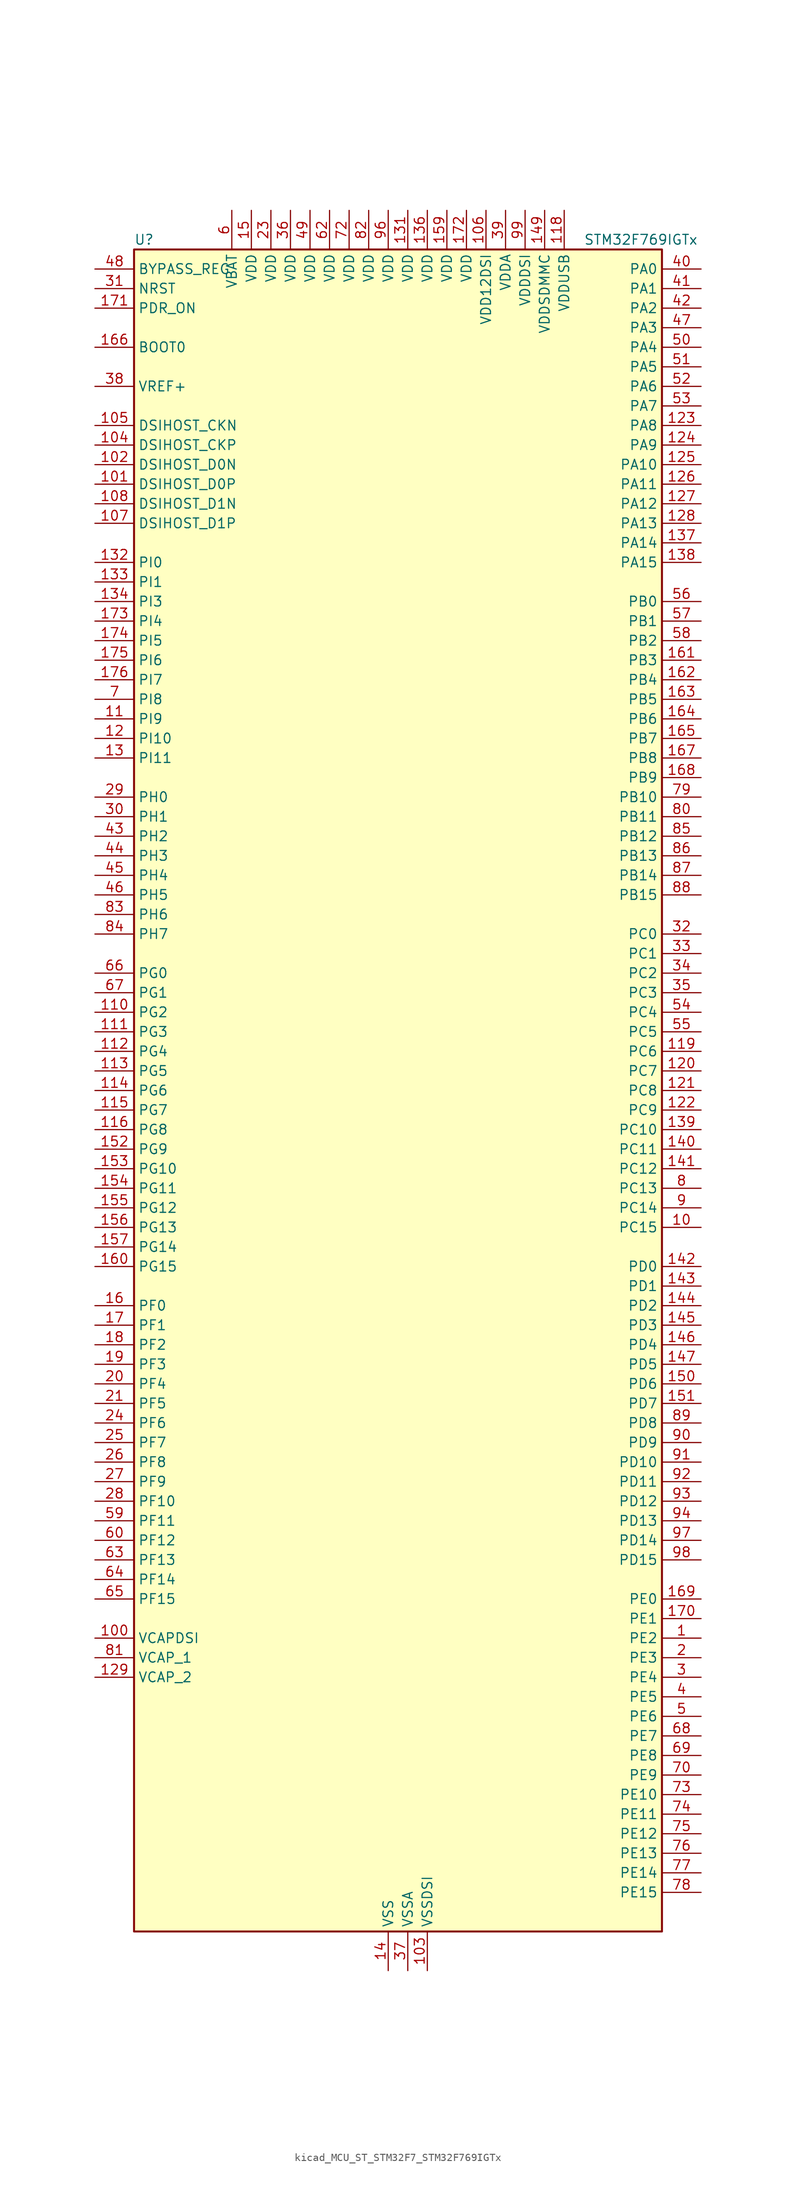
<source format=kicad_sym>
(kicad_symbol_lib
  (version 20220914)
  (generator kicad_symbol_editor)
  (symbol "kicad_MCU_ST_STM32F7_STM32F769IGTx"
    (property "Reference" "U"
      (at -33.02 110.49 0)
      (effects (font (size 1.27 1.27)) (justify left)))
    (property "Value" "STM32F769IGTx"
      (at 25.4 110.49 0)
      (effects (font (size 1.27 1.27)) (justify left)))
    (property "ki_locked" ""
      (at 0 0 0)
      (effects (font (size 1.27 1.27))))
    (symbol "kicad_MCU_ST_STM32F7_STM32F769IGTx_0_1"
      (rectangle (start -33.02 -109.22) (end 35.56 109.22) (stroke (width 0.254) (type default)) (fill (type background))))
    (symbol "kicad_MCU_ST_STM32F7_STM32F769IGTx_1_1"
      (pin bidirectional line (at 40.64 -71.12 180) (length 5.08) (name "PE2" (effects (font (size 1.27 1.27)))) (number "1" (effects (font (size 1.27 1.27)))) (alternate "ETH_TXD3" bidirectional line) (alternate "FMC_A23" bidirectional line) (alternate "QUADSPI_BK1_IO2" bidirectional line) (alternate "SAI1_MCLK_A" bidirectional line) (alternate "SPI4_SCK" bidirectional line) (alternate "SYS_TRACECLK" bidirectional line))
      (pin bidirectional line (at 40.64 -17.78 180) (length 5.08) (name "PC15" (effects (font (size 1.27 1.27)))) (number "10" (effects (font (size 1.27 1.27)))) (alternate "RCC_OSC32_OUT" bidirectional line))
      (pin power_out line (at -38.1 -71.12 0) (length 5.08) (name "VCAPDSI" (effects (font (size 1.27 1.27)))) (number "100" (effects (font (size 1.27 1.27)))))
      (pin bidirectional line (at -38.1 78.74 0) (length 5.08) (name "DSIHOST_D0P" (effects (font (size 1.27 1.27)))) (number "101" (effects (font (size 1.27 1.27)))) (alternate "DSIHOST_D0P" bidirectional line))
      (pin bidirectional line (at -38.1 81.28 0) (length 5.08) (name "DSIHOST_D0N" (effects (font (size 1.27 1.27)))) (number "102" (effects (font (size 1.27 1.27)))) (alternate "DSIHOST_D0N" bidirectional line))
      (pin power_in line (at 5.08 -114.3 90) (length 5.08) (name "VSSDSI" (effects (font (size 1.27 1.27)))) (number "103" (effects (font (size 1.27 1.27)))))
      (pin bidirectional line (at -38.1 83.82 0) (length 5.08) (name "DSIHOST_CKP" (effects (font (size 1.27 1.27)))) (number "104" (effects (font (size 1.27 1.27)))) (alternate "DSIHOST_CKP" bidirectional line))
      (pin bidirectional line (at -38.1 86.36 0) (length 5.08) (name "DSIHOST_CKN" (effects (font (size 1.27 1.27)))) (number "105" (effects (font (size 1.27 1.27)))) (alternate "DSIHOST_CKN" bidirectional line))
      (pin power_in line (at 12.7 114.3 270) (length 5.08) (name "VDD12DSI" (effects (font (size 1.27 1.27)))) (number "106" (effects (font (size 1.27 1.27)))))
      (pin bidirectional line (at -38.1 73.66 0) (length 5.08) (name "DSIHOST_D1P" (effects (font (size 1.27 1.27)))) (number "107" (effects (font (size 1.27 1.27)))) (alternate "DSIHOST_D1P" bidirectional line))
      (pin bidirectional line (at -38.1 76.2 0) (length 5.08) (name "DSIHOST_D1N" (effects (font (size 1.27 1.27)))) (number "108" (effects (font (size 1.27 1.27)))) (alternate "DSIHOST_D1N" bidirectional line))
      (pin passive line (at 5.08 -114.3 90) (length 5.08) hide (name "VSSDSI" (effects (font (size 1.27 1.27)))) (number "109" (effects (font (size 1.27 1.27)))))
      (pin bidirectional line (at -38.1 48.26 0) (length 5.08) (name "PI9" (effects (font (size 1.27 1.27)))) (number "11" (effects (font (size 1.27 1.27)))) (alternate "CAN1_RX" bidirectional line) (alternate "DAC_EXTI9" bidirectional line) (alternate "FMC_D30" bidirectional line) (alternate "LTDC_VSYNC" bidirectional line) (alternate "UART4_RX" bidirectional line))
      (pin bidirectional line (at -38.1 10.16 0) (length 5.08) (name "PG2" (effects (font (size 1.27 1.27)))) (number "110" (effects (font (size 1.27 1.27)))) (alternate "FMC_A12" bidirectional line))
      (pin bidirectional line (at -38.1 7.62 0) (length 5.08) (name "PG3" (effects (font (size 1.27 1.27)))) (number "111" (effects (font (size 1.27 1.27)))) (alternate "FMC_A13" bidirectional line))
      (pin bidirectional line (at -38.1 5.08 0) (length 5.08) (name "PG4" (effects (font (size 1.27 1.27)))) (number "112" (effects (font (size 1.27 1.27)))) (alternate "FMC_A14" bidirectional line) (alternate "FMC_BA0" bidirectional line))
      (pin bidirectional line (at -38.1 2.54 0) (length 5.08) (name "PG5" (effects (font (size 1.27 1.27)))) (number "113" (effects (font (size 1.27 1.27)))) (alternate "FMC_A15" bidirectional line) (alternate "FMC_BA1" bidirectional line))
      (pin bidirectional line (at -38.1 0 0) (length 5.08) (name "PG6" (effects (font (size 1.27 1.27)))) (number "114" (effects (font (size 1.27 1.27)))) (alternate "DCMI_D12" bidirectional line) (alternate "FMC_NE3" bidirectional line) (alternate "LTDC_R7" bidirectional line))
      (pin bidirectional line (at -38.1 -2.54 0) (length 5.08) (name "PG7" (effects (font (size 1.27 1.27)))) (number "115" (effects (font (size 1.27 1.27)))) (alternate "DCMI_D13" bidirectional line) (alternate "FMC_INT" bidirectional line) (alternate "LTDC_CLK" bidirectional line) (alternate "SAI1_MCLK_A" bidirectional line) (alternate "USART6_CK" bidirectional line))
      (pin bidirectional line (at -38.1 -5.08 0) (length 5.08) (name "PG8" (effects (font (size 1.27 1.27)))) (number "116" (effects (font (size 1.27 1.27)))) (alternate "ETH_PPS_OUT" bidirectional line) (alternate "FMC_SDCLK" bidirectional line) (alternate "LTDC_G7" bidirectional line) (alternate "SPDIFRX_IN2" bidirectional line) (alternate "SPI6_NSS" bidirectional line) (alternate "USART6_DE" bidirectional line) (alternate "USART6_RTS" bidirectional line))
      (pin passive line (at 0 -114.3 90) (length 5.08) hide (name "VSS" (effects (font (size 1.27 1.27)))) (number "117" (effects (font (size 1.27 1.27)))))
      (pin power_in line (at 22.86 114.3 270) (length 5.08) (name "VDDUSB" (effects (font (size 1.27 1.27)))) (number "118" (effects (font (size 1.27 1.27)))))
      (pin bidirectional line (at 40.64 5.08 180) (length 5.08) (name "PC6" (effects (font (size 1.27 1.27)))) (number "119" (effects (font (size 1.27 1.27)))) (alternate "DCMI_D0" bidirectional line) (alternate "DFSDM1_CKIN3" bidirectional line) (alternate "FMC_NWAIT" bidirectional line) (alternate "I2S2_MCK" bidirectional line) (alternate "LTDC_HSYNC" bidirectional line) (alternate "SDMMC1_D6" bidirectional line) (alternate "SDMMC2_D6" bidirectional line) (alternate "TIM3_CH1" bidirectional line) (alternate "TIM8_CH1" bidirectional line) (alternate "USART6_TX" bidirectional line))
      (pin bidirectional line (at -38.1 45.72 0) (length 5.08) (name "PI10" (effects (font (size 1.27 1.27)))) (number "12" (effects (font (size 1.27 1.27)))) (alternate "ETH_RX_ER" bidirectional line) (alternate "FMC_D31" bidirectional line) (alternate "LTDC_HSYNC" bidirectional line))
      (pin bidirectional line (at 40.64 2.54 180) (length 5.08) (name "PC7" (effects (font (size 1.27 1.27)))) (number "120" (effects (font (size 1.27 1.27)))) (alternate "DCMI_D1" bidirectional line) (alternate "DFSDM1_DATIN3" bidirectional line) (alternate "FMC_NE1" bidirectional line) (alternate "I2S3_MCK" bidirectional line) (alternate "LTDC_G6" bidirectional line) (alternate "SDMMC1_D7" bidirectional line) (alternate "SDMMC2_D7" bidirectional line) (alternate "TIM3_CH2" bidirectional line) (alternate "TIM8_CH2" bidirectional line) (alternate "USART6_RX" bidirectional line))
      (pin bidirectional line (at 40.64 0 180) (length 5.08) (name "PC8" (effects (font (size 1.27 1.27)))) (number "121" (effects (font (size 1.27 1.27)))) (alternate "DCMI_D2" bidirectional line) (alternate "FMC_NCE" bidirectional line) (alternate "FMC_NE2" bidirectional line) (alternate "SDMMC1_D0" bidirectional line) (alternate "SYS_TRACED1" bidirectional line) (alternate "TIM3_CH3" bidirectional line) (alternate "TIM8_CH3" bidirectional line) (alternate "UART5_DE" bidirectional line) (alternate "UART5_RTS" bidirectional line) (alternate "USART6_CK" bidirectional line))
      (pin bidirectional line (at 40.64 -2.54 180) (length 5.08) (name "PC9" (effects (font (size 1.27 1.27)))) (number "122" (effects (font (size 1.27 1.27)))) (alternate "DAC_EXTI9" bidirectional line) (alternate "DCMI_D3" bidirectional line) (alternate "I2C3_SDA" bidirectional line) (alternate "I2S_CKIN" bidirectional line) (alternate "LTDC_B2" bidirectional line) (alternate "LTDC_G3" bidirectional line) (alternate "QUADSPI_BK1_IO0" bidirectional line) (alternate "RCC_MCO_2" bidirectional line) (alternate "SDMMC1_D1" bidirectional line) (alternate "TIM3_CH4" bidirectional line) (alternate "TIM8_CH4" bidirectional line) (alternate "UART5_CTS" bidirectional line))
      (pin bidirectional line (at 40.64 86.36 180) (length 5.08) (name "PA8" (effects (font (size 1.27 1.27)))) (number "123" (effects (font (size 1.27 1.27)))) (alternate "CAN3_RX" bidirectional line) (alternate "I2C3_SCL" bidirectional line) (alternate "LTDC_B3" bidirectional line) (alternate "LTDC_R6" bidirectional line) (alternate "RCC_MCO_1" bidirectional line) (alternate "TIM1_CH1" bidirectional line) (alternate "TIM8_BKIN2" bidirectional line) (alternate "UART7_RX" bidirectional line) (alternate "USART1_CK" bidirectional line) (alternate "USB_OTG_FS_SOF" bidirectional line))
      (pin bidirectional line (at 40.64 83.82 180) (length 5.08) (name "PA9" (effects (font (size 1.27 1.27)))) (number "124" (effects (font (size 1.27 1.27)))) (alternate "DAC_EXTI9" bidirectional line) (alternate "DCMI_D0" bidirectional line) (alternate "I2C3_SMBA" bidirectional line) (alternate "I2S2_CK" bidirectional line) (alternate "LTDC_R5" bidirectional line) (alternate "SPI2_SCK" bidirectional line) (alternate "TIM1_CH2" bidirectional line) (alternate "USART1_TX" bidirectional line) (alternate "USB_OTG_FS_VBUS" bidirectional line))
      (pin bidirectional line (at 40.64 81.28 180) (length 5.08) (name "PA10" (effects (font (size 1.27 1.27)))) (number "125" (effects (font (size 1.27 1.27)))) (alternate "DCMI_D1" bidirectional line) (alternate "LTDC_B1" bidirectional line) (alternate "LTDC_B4" bidirectional line) (alternate "MDIOS_MDIO" bidirectional line) (alternate "TIM1_CH3" bidirectional line) (alternate "USART1_RX" bidirectional line) (alternate "USB_OTG_FS_ID" bidirectional line))
      (pin bidirectional line (at 40.64 78.74 180) (length 5.08) (name "PA11" (effects (font (size 1.27 1.27)))) (number "126" (effects (font (size 1.27 1.27)))) (alternate "ADC1_EXTI11" bidirectional line) (alternate "ADC2_EXTI11" bidirectional line) (alternate "ADC3_EXTI11" bidirectional line) (alternate "CAN1_RX" bidirectional line) (alternate "I2S2_WS" bidirectional line) (alternate "LTDC_R4" bidirectional line) (alternate "SPI2_NSS" bidirectional line) (alternate "TIM1_CH4" bidirectional line) (alternate "UART4_RX" bidirectional line) (alternate "USART1_CTS" bidirectional line) (alternate "USB_OTG_FS_DM" bidirectional line))
      (pin bidirectional line (at 40.64 76.2 180) (length 5.08) (name "PA12" (effects (font (size 1.27 1.27)))) (number "127" (effects (font (size 1.27 1.27)))) (alternate "CAN1_TX" bidirectional line) (alternate "I2S2_CK" bidirectional line) (alternate "LTDC_R5" bidirectional line) (alternate "SAI2_FS_B" bidirectional line) (alternate "SPI2_SCK" bidirectional line) (alternate "TIM1_ETR" bidirectional line) (alternate "UART4_TX" bidirectional line) (alternate "USART1_DE" bidirectional line) (alternate "USART1_RTS" bidirectional line) (alternate "USB_OTG_FS_DP" bidirectional line))
      (pin bidirectional line (at 40.64 73.66 180) (length 5.08) (name "PA13" (effects (font (size 1.27 1.27)))) (number "128" (effects (font (size 1.27 1.27)))) (alternate "SYS_JTMS-SWDIO" bidirectional line))
      (pin power_out line (at -38.1 -76.2 0) (length 5.08) (name "VCAP_2" (effects (font (size 1.27 1.27)))) (number "129" (effects (font (size 1.27 1.27)))))
      (pin bidirectional line (at -38.1 43.18 0) (length 5.08) (name "PI11" (effects (font (size 1.27 1.27)))) (number "13" (effects (font (size 1.27 1.27)))) (alternate "ADC1_EXTI11" bidirectional line) (alternate "ADC2_EXTI11" bidirectional line) (alternate "ADC3_EXTI11" bidirectional line) (alternate "LTDC_G6" bidirectional line) (alternate "SYS_WKUP6" bidirectional line) (alternate "USB_OTG_HS_ULPI_DIR" bidirectional line))
      (pin passive line (at 0 -114.3 90) (length 5.08) hide (name "VSS" (effects (font (size 1.27 1.27)))) (number "130" (effects (font (size 1.27 1.27)))))
      (pin power_in line (at 2.54 114.3 270) (length 5.08) (name "VDD" (effects (font (size 1.27 1.27)))) (number "131" (effects (font (size 1.27 1.27)))))
      (pin bidirectional line (at -38.1 68.58 0) (length 5.08) (name "PI0" (effects (font (size 1.27 1.27)))) (number "132" (effects (font (size 1.27 1.27)))) (alternate "DCMI_D13" bidirectional line) (alternate "FMC_D24" bidirectional line) (alternate "I2S2_WS" bidirectional line) (alternate "LTDC_G5" bidirectional line) (alternate "SPI2_NSS" bidirectional line) (alternate "TIM5_CH4" bidirectional line))
      (pin bidirectional line (at -38.1 66.04 0) (length 5.08) (name "PI1" (effects (font (size 1.27 1.27)))) (number "133" (effects (font (size 1.27 1.27)))) (alternate "DCMI_D8" bidirectional line) (alternate "FMC_D25" bidirectional line) (alternate "I2S2_CK" bidirectional line) (alternate "LTDC_G6" bidirectional line) (alternate "SPI2_SCK" bidirectional line) (alternate "TIM8_BKIN2" bidirectional line))
      (pin bidirectional line (at -38.1 63.5 0) (length 5.08) (name "PI3" (effects (font (size 1.27 1.27)))) (number "134" (effects (font (size 1.27 1.27)))) (alternate "DCMI_D10" bidirectional line) (alternate "FMC_D27" bidirectional line) (alternate "I2S2_SD" bidirectional line) (alternate "SPI2_MOSI" bidirectional line) (alternate "TIM8_ETR" bidirectional line))
      (pin passive line (at 0 -114.3 90) (length 5.08) hide (name "VSS" (effects (font (size 1.27 1.27)))) (number "135" (effects (font (size 1.27 1.27)))))
      (pin power_in line (at 5.08 114.3 270) (length 5.08) (name "VDD" (effects (font (size 1.27 1.27)))) (number "136" (effects (font (size 1.27 1.27)))))
      (pin bidirectional line (at 40.64 71.12 180) (length 5.08) (name "PA14" (effects (font (size 1.27 1.27)))) (number "137" (effects (font (size 1.27 1.27)))) (alternate "SYS_JTCK-SWCLK" bidirectional line))
      (pin bidirectional line (at 40.64 68.58 180) (length 5.08) (name "PA15" (effects (font (size 1.27 1.27)))) (number "138" (effects (font (size 1.27 1.27)))) (alternate "CAN3_TX" bidirectional line) (alternate "CEC" bidirectional line) (alternate "I2S1_WS" bidirectional line) (alternate "I2S3_WS" bidirectional line) (alternate "SPI1_NSS" bidirectional line) (alternate "SPI3_NSS" bidirectional line) (alternate "SPI6_NSS" bidirectional line) (alternate "SYS_JTDI" bidirectional line) (alternate "TIM2_CH1" bidirectional line) (alternate "TIM2_ETR" bidirectional line) (alternate "UART4_DE" bidirectional line) (alternate "UART4_RTS" bidirectional line) (alternate "UART7_TX" bidirectional line))
      (pin bidirectional line (at 40.64 -5.08 180) (length 5.08) (name "PC10" (effects (font (size 1.27 1.27)))) (number "139" (effects (font (size 1.27 1.27)))) (alternate "DCMI_D8" bidirectional line) (alternate "DFSDM1_CKIN5" bidirectional line) (alternate "I2S3_CK" bidirectional line) (alternate "LTDC_R2" bidirectional line) (alternate "QUADSPI_BK1_IO1" bidirectional line) (alternate "SDMMC1_D2" bidirectional line) (alternate "SPI3_SCK" bidirectional line) (alternate "UART4_TX" bidirectional line) (alternate "USART3_TX" bidirectional line))
      (pin power_in line (at 0 -114.3 90) (length 5.08) (name "VSS" (effects (font (size 1.27 1.27)))) (number "14" (effects (font (size 1.27 1.27)))))
      (pin bidirectional line (at 40.64 -7.62 180) (length 5.08) (name "PC11" (effects (font (size 1.27 1.27)))) (number "140" (effects (font (size 1.27 1.27)))) (alternate "ADC1_EXTI11" bidirectional line) (alternate "ADC2_EXTI11" bidirectional line) (alternate "ADC3_EXTI11" bidirectional line) (alternate "DCMI_D4" bidirectional line) (alternate "DFSDM1_DATIN5" bidirectional line) (alternate "QUADSPI_BK2_NCS" bidirectional line) (alternate "SDMMC1_D3" bidirectional line) (alternate "SPI3_MISO" bidirectional line) (alternate "UART4_RX" bidirectional line) (alternate "USART3_RX" bidirectional line))
      (pin bidirectional line (at 40.64 -10.16 180) (length 5.08) (name "PC12" (effects (font (size 1.27 1.27)))) (number "141" (effects (font (size 1.27 1.27)))) (alternate "DCMI_D9" bidirectional line) (alternate "I2S3_SD" bidirectional line) (alternate "SDMMC1_CK" bidirectional line) (alternate "SPI3_MOSI" bidirectional line) (alternate "SYS_TRACED3" bidirectional line) (alternate "UART5_TX" bidirectional line) (alternate "USART3_CK" bidirectional line))
      (pin bidirectional line (at 40.64 -22.86 180) (length 5.08) (name "PD0" (effects (font (size 1.27 1.27)))) (number "142" (effects (font (size 1.27 1.27)))) (alternate "CAN1_RX" bidirectional line) (alternate "DFSDM1_CKIN6" bidirectional line) (alternate "DFSDM1_DATIN7" bidirectional line) (alternate "FMC_D2" bidirectional line) (alternate "FMC_DA2" bidirectional line) (alternate "UART4_RX" bidirectional line))
      (pin bidirectional line (at 40.64 -25.4 180) (length 5.08) (name "PD1" (effects (font (size 1.27 1.27)))) (number "143" (effects (font (size 1.27 1.27)))) (alternate "CAN1_TX" bidirectional line) (alternate "DFSDM1_CKIN7" bidirectional line) (alternate "DFSDM1_DATIN6" bidirectional line) (alternate "FMC_D3" bidirectional line) (alternate "FMC_DA3" bidirectional line) (alternate "UART4_TX" bidirectional line))
      (pin bidirectional line (at 40.64 -27.94 180) (length 5.08) (name "PD2" (effects (font (size 1.27 1.27)))) (number "144" (effects (font (size 1.27 1.27)))) (alternate "DCMI_D11" bidirectional line) (alternate "SDMMC1_CMD" bidirectional line) (alternate "SYS_TRACED2" bidirectional line) (alternate "TIM3_ETR" bidirectional line) (alternate "UART5_RX" bidirectional line))
      (pin bidirectional line (at 40.64 -30.48 180) (length 5.08) (name "PD3" (effects (font (size 1.27 1.27)))) (number "145" (effects (font (size 1.27 1.27)))) (alternate "DCMI_D5" bidirectional line) (alternate "DFSDM1_CKOUT" bidirectional line) (alternate "DFSDM1_DATIN0" bidirectional line) (alternate "FMC_CLK" bidirectional line) (alternate "I2S2_CK" bidirectional line) (alternate "LTDC_G7" bidirectional line) (alternate "SPI2_SCK" bidirectional line) (alternate "USART2_CTS" bidirectional line))
      (pin bidirectional line (at 40.64 -33.02 180) (length 5.08) (name "PD4" (effects (font (size 1.27 1.27)))) (number "146" (effects (font (size 1.27 1.27)))) (alternate "DFSDM1_CKIN0" bidirectional line) (alternate "FMC_NOE" bidirectional line) (alternate "USART2_DE" bidirectional line) (alternate "USART2_RTS" bidirectional line))
      (pin bidirectional line (at 40.64 -35.56 180) (length 5.08) (name "PD5" (effects (font (size 1.27 1.27)))) (number "147" (effects (font (size 1.27 1.27)))) (alternate "FMC_NWE" bidirectional line) (alternate "USART2_TX" bidirectional line))
      (pin passive line (at 0 -114.3 90) (length 5.08) hide (name "VSS" (effects (font (size 1.27 1.27)))) (number "148" (effects (font (size 1.27 1.27)))))
      (pin power_in line (at 20.32 114.3 270) (length 5.08) (name "VDDSDMMC" (effects (font (size 1.27 1.27)))) (number "149" (effects (font (size 1.27 1.27)))))
      (pin power_in line (at -17.78 114.3 270) (length 5.08) (name "VDD" (effects (font (size 1.27 1.27)))) (number "15" (effects (font (size 1.27 1.27)))))
      (pin bidirectional line (at 40.64 -38.1 180) (length 5.08) (name "PD6" (effects (font (size 1.27 1.27)))) (number "150" (effects (font (size 1.27 1.27)))) (alternate "DCMI_D10" bidirectional line) (alternate "DFSDM1_CKIN4" bidirectional line) (alternate "DFSDM1_DATIN1" bidirectional line) (alternate "FMC_NWAIT" bidirectional line) (alternate "I2S3_SD" bidirectional line) (alternate "LTDC_B2" bidirectional line) (alternate "SAI1_SD_A" bidirectional line) (alternate "SDMMC2_CK" bidirectional line) (alternate "SPI3_MOSI" bidirectional line) (alternate "USART2_RX" bidirectional line))
      (pin bidirectional line (at 40.64 -40.64 180) (length 5.08) (name "PD7" (effects (font (size 1.27 1.27)))) (number "151" (effects (font (size 1.27 1.27)))) (alternate "DFSDM1_CKIN1" bidirectional line) (alternate "DFSDM1_DATIN4" bidirectional line) (alternate "FMC_NE1" bidirectional line) (alternate "I2S1_SD" bidirectional line) (alternate "SDMMC2_CMD" bidirectional line) (alternate "SPDIFRX_IN0" bidirectional line) (alternate "SPI1_MOSI" bidirectional line) (alternate "USART2_CK" bidirectional line))
      (pin bidirectional line (at -38.1 -7.62 0) (length 5.08) (name "PG9" (effects (font (size 1.27 1.27)))) (number "152" (effects (font (size 1.27 1.27)))) (alternate "DAC_EXTI9" bidirectional line) (alternate "DCMI_VSYNC" bidirectional line) (alternate "FMC_NCE" bidirectional line) (alternate "FMC_NE2" bidirectional line) (alternate "QUADSPI_BK2_IO2" bidirectional line) (alternate "SAI2_FS_B" bidirectional line) (alternate "SDMMC2_D0" bidirectional line) (alternate "SPDIFRX_IN3" bidirectional line) (alternate "SPI1_MISO" bidirectional line) (alternate "USART6_RX" bidirectional line))
      (pin bidirectional line (at -38.1 -10.16 0) (length 5.08) (name "PG10" (effects (font (size 1.27 1.27)))) (number "153" (effects (font (size 1.27 1.27)))) (alternate "DCMI_D2" bidirectional line) (alternate "FMC_NE3" bidirectional line) (alternate "I2S1_WS" bidirectional line) (alternate "LTDC_B2" bidirectional line) (alternate "LTDC_G3" bidirectional line) (alternate "SAI2_SD_B" bidirectional line) (alternate "SDMMC2_D1" bidirectional line) (alternate "SPI1_NSS" bidirectional line))
      (pin bidirectional line (at -38.1 -12.7 0) (length 5.08) (name "PG11" (effects (font (size 1.27 1.27)))) (number "154" (effects (font (size 1.27 1.27)))) (alternate "ADC1_EXTI11" bidirectional line) (alternate "ADC2_EXTI11" bidirectional line) (alternate "ADC3_EXTI11" bidirectional line) (alternate "DCMI_D3" bidirectional line) (alternate "ETH_TX_EN" bidirectional line) (alternate "I2S1_CK" bidirectional line) (alternate "LTDC_B3" bidirectional line) (alternate "SDMMC2_D2" bidirectional line) (alternate "SPDIFRX_IN0" bidirectional line) (alternate "SPI1_SCK" bidirectional line))
      (pin bidirectional line (at -38.1 -15.24 0) (length 5.08) (name "PG12" (effects (font (size 1.27 1.27)))) (number "155" (effects (font (size 1.27 1.27)))) (alternate "FMC_NE4" bidirectional line) (alternate "LPTIM1_IN1" bidirectional line) (alternate "LTDC_B1" bidirectional line) (alternate "LTDC_B4" bidirectional line) (alternate "SDMMC2_D3" bidirectional line) (alternate "SPDIFRX_IN1" bidirectional line) (alternate "SPI6_MISO" bidirectional line) (alternate "USART6_DE" bidirectional line) (alternate "USART6_RTS" bidirectional line))
      (pin bidirectional line (at -38.1 -17.78 0) (length 5.08) (name "PG13" (effects (font (size 1.27 1.27)))) (number "156" (effects (font (size 1.27 1.27)))) (alternate "ETH_TXD0" bidirectional line) (alternate "FMC_A24" bidirectional line) (alternate "LPTIM1_OUT" bidirectional line) (alternate "LTDC_R0" bidirectional line) (alternate "SPI6_SCK" bidirectional line) (alternate "SYS_TRACED0" bidirectional line) (alternate "USART6_CTS" bidirectional line))
      (pin bidirectional line (at -38.1 -20.32 0) (length 5.08) (name "PG14" (effects (font (size 1.27 1.27)))) (number "157" (effects (font (size 1.27 1.27)))) (alternate "ETH_TXD1" bidirectional line) (alternate "FMC_A25" bidirectional line) (alternate "LPTIM1_ETR" bidirectional line) (alternate "LTDC_B0" bidirectional line) (alternate "QUADSPI_BK2_IO3" bidirectional line) (alternate "SPI6_MOSI" bidirectional line) (alternate "SYS_TRACED1" bidirectional line) (alternate "USART6_TX" bidirectional line))
      (pin passive line (at 0 -114.3 90) (length 5.08) hide (name "VSS" (effects (font (size 1.27 1.27)))) (number "158" (effects (font (size 1.27 1.27)))))
      (pin power_in line (at 7.62 114.3 270) (length 5.08) (name "VDD" (effects (font (size 1.27 1.27)))) (number "159" (effects (font (size 1.27 1.27)))))
      (pin bidirectional line (at -38.1 -27.94 0) (length 5.08) (name "PF0" (effects (font (size 1.27 1.27)))) (number "16" (effects (font (size 1.27 1.27)))) (alternate "FMC_A0" bidirectional line) (alternate "I2C2_SDA" bidirectional line))
      (pin bidirectional line (at -38.1 -22.86 0) (length 5.08) (name "PG15" (effects (font (size 1.27 1.27)))) (number "160" (effects (font (size 1.27 1.27)))) (alternate "DCMI_D13" bidirectional line) (alternate "FMC_SDNCAS" bidirectional line) (alternate "USART6_CTS" bidirectional line))
      (pin bidirectional line (at 40.64 55.88 180) (length 5.08) (name "PB3" (effects (font (size 1.27 1.27)))) (number "161" (effects (font (size 1.27 1.27)))) (alternate "CAN3_RX" bidirectional line) (alternate "I2S1_CK" bidirectional line) (alternate "I2S3_CK" bidirectional line) (alternate "SDMMC2_D2" bidirectional line) (alternate "SPI1_SCK" bidirectional line) (alternate "SPI3_SCK" bidirectional line) (alternate "SPI6_SCK" bidirectional line) (alternate "SYS_JTDO-SWO" bidirectional line) (alternate "TIM2_CH2" bidirectional line) (alternate "UART7_RX" bidirectional line))
      (pin bidirectional line (at 40.64 53.34 180) (length 5.08) (name "PB4" (effects (font (size 1.27 1.27)))) (number "162" (effects (font (size 1.27 1.27)))) (alternate "CAN3_TX" bidirectional line) (alternate "I2S2_WS" bidirectional line) (alternate "SDMMC2_D3" bidirectional line) (alternate "SPI1_MISO" bidirectional line) (alternate "SPI2_NSS" bidirectional line) (alternate "SPI3_MISO" bidirectional line) (alternate "SPI6_MISO" bidirectional line) (alternate "SYS_JTRST" bidirectional line) (alternate "TIM3_CH1" bidirectional line) (alternate "UART7_TX" bidirectional line))
      (pin bidirectional line (at 40.64 50.8 180) (length 5.08) (name "PB5" (effects (font (size 1.27 1.27)))) (number "163" (effects (font (size 1.27 1.27)))) (alternate "CAN2_RX" bidirectional line) (alternate "DCMI_D10" bidirectional line) (alternate "ETH_PPS_OUT" bidirectional line) (alternate "FMC_SDCKE1" bidirectional line) (alternate "I2C1_SMBA" bidirectional line) (alternate "I2S1_SD" bidirectional line) (alternate "I2S3_SD" bidirectional line) (alternate "LTDC_G7" bidirectional line) (alternate "SPI1_MOSI" bidirectional line) (alternate "SPI3_MOSI" bidirectional line) (alternate "SPI6_MOSI" bidirectional line) (alternate "TIM3_CH2" bidirectional line) (alternate "UART5_RX" bidirectional line) (alternate "USB_OTG_HS_ULPI_D7" bidirectional line))
      (pin bidirectional line (at 40.64 48.26 180) (length 5.08) (name "PB6" (effects (font (size 1.27 1.27)))) (number "164" (effects (font (size 1.27 1.27)))) (alternate "CAN2_TX" bidirectional line) (alternate "CEC" bidirectional line) (alternate "DCMI_D5" bidirectional line) (alternate "DFSDM1_DATIN5" bidirectional line) (alternate "FMC_SDNE1" bidirectional line) (alternate "I2C1_SCL" bidirectional line) (alternate "I2C4_SCL" bidirectional line) (alternate "QUADSPI_BK1_NCS" bidirectional line) (alternate "TIM4_CH1" bidirectional line) (alternate "UART5_TX" bidirectional line) (alternate "USART1_TX" bidirectional line))
      (pin bidirectional line (at 40.64 45.72 180) (length 5.08) (name "PB7" (effects (font (size 1.27 1.27)))) (number "165" (effects (font (size 1.27 1.27)))) (alternate "DCMI_VSYNC" bidirectional line) (alternate "DFSDM1_CKIN5" bidirectional line) (alternate "FMC_NL" bidirectional line) (alternate "I2C1_SDA" bidirectional line) (alternate "I2C4_SDA" bidirectional line) (alternate "TIM4_CH2" bidirectional line) (alternate "USART1_RX" bidirectional line))
      (pin input line (at -38.1 96.52 0) (length 5.08) (name "BOOT0" (effects (font (size 1.27 1.27)))) (number "166" (effects (font (size 1.27 1.27)))))
      (pin bidirectional line (at 40.64 43.18 180) (length 5.08) (name "PB8" (effects (font (size 1.27 1.27)))) (number "167" (effects (font (size 1.27 1.27)))) (alternate "CAN1_RX" bidirectional line) (alternate "DCMI_D6" bidirectional line) (alternate "DFSDM1_CKIN7" bidirectional line) (alternate "ETH_TXD3" bidirectional line) (alternate "I2C1_SCL" bidirectional line) (alternate "I2C4_SCL" bidirectional line) (alternate "LTDC_B6" bidirectional line) (alternate "SDMMC1_D4" bidirectional line) (alternate "SDMMC2_D4" bidirectional line) (alternate "TIM10_CH1" bidirectional line) (alternate "TIM4_CH3" bidirectional line) (alternate "UART5_RX" bidirectional line))
      (pin bidirectional line (at 40.64 40.64 180) (length 5.08) (name "PB9" (effects (font (size 1.27 1.27)))) (number "168" (effects (font (size 1.27 1.27)))) (alternate "CAN1_TX" bidirectional line) (alternate "DAC_EXTI9" bidirectional line) (alternate "DCMI_D7" bidirectional line) (alternate "DFSDM1_DATIN7" bidirectional line) (alternate "I2C1_SDA" bidirectional line) (alternate "I2C4_SDA" bidirectional line) (alternate "I2C4_SMBA" bidirectional line) (alternate "I2S2_WS" bidirectional line) (alternate "LTDC_B7" bidirectional line) (alternate "SDMMC1_D5" bidirectional line) (alternate "SDMMC2_D5" bidirectional line) (alternate "SPI2_NSS" bidirectional line) (alternate "TIM11_CH1" bidirectional line) (alternate "TIM4_CH4" bidirectional line) (alternate "UART5_TX" bidirectional line))
      (pin bidirectional line (at 40.64 -66.04 180) (length 5.08) (name "PE0" (effects (font (size 1.27 1.27)))) (number "169" (effects (font (size 1.27 1.27)))) (alternate "DCMI_D2" bidirectional line) (alternate "FMC_NBL0" bidirectional line) (alternate "LPTIM1_ETR" bidirectional line) (alternate "SAI2_MCLK_A" bidirectional line) (alternate "TIM4_ETR" bidirectional line) (alternate "UART8_RX" bidirectional line))
      (pin bidirectional line (at -38.1 -30.48 0) (length 5.08) (name "PF1" (effects (font (size 1.27 1.27)))) (number "17" (effects (font (size 1.27 1.27)))) (alternate "FMC_A1" bidirectional line) (alternate "I2C2_SCL" bidirectional line))
      (pin bidirectional line (at 40.64 -68.58 180) (length 5.08) (name "PE1" (effects (font (size 1.27 1.27)))) (number "170" (effects (font (size 1.27 1.27)))) (alternate "DCMI_D3" bidirectional line) (alternate "FMC_NBL1" bidirectional line) (alternate "LPTIM1_IN2" bidirectional line) (alternate "UART8_TX" bidirectional line))
      (pin input line (at -38.1 101.6 0) (length 5.08) (name "PDR_ON" (effects (font (size 1.27 1.27)))) (number "171" (effects (font (size 1.27 1.27)))))
      (pin power_in line (at 10.16 114.3 270) (length 5.08) (name "VDD" (effects (font (size 1.27 1.27)))) (number "172" (effects (font (size 1.27 1.27)))))
      (pin bidirectional line (at -38.1 60.96 0) (length 5.08) (name "PI4" (effects (font (size 1.27 1.27)))) (number "173" (effects (font (size 1.27 1.27)))) (alternate "DCMI_D5" bidirectional line) (alternate "FMC_NBL2" bidirectional line) (alternate "LTDC_B4" bidirectional line) (alternate "SAI2_MCLK_A" bidirectional line) (alternate "TIM8_BKIN" bidirectional line))
      (pin bidirectional line (at -38.1 58.42 0) (length 5.08) (name "PI5" (effects (font (size 1.27 1.27)))) (number "174" (effects (font (size 1.27 1.27)))) (alternate "DCMI_VSYNC" bidirectional line) (alternate "FMC_NBL3" bidirectional line) (alternate "LTDC_B5" bidirectional line) (alternate "SAI2_SCK_A" bidirectional line) (alternate "TIM8_CH1" bidirectional line))
      (pin bidirectional line (at -38.1 55.88 0) (length 5.08) (name "PI6" (effects (font (size 1.27 1.27)))) (number "175" (effects (font (size 1.27 1.27)))) (alternate "DCMI_D6" bidirectional line) (alternate "FMC_D28" bidirectional line) (alternate "LTDC_B6" bidirectional line) (alternate "SAI2_SD_A" bidirectional line) (alternate "TIM8_CH2" bidirectional line))
      (pin bidirectional line (at -38.1 53.34 0) (length 5.08) (name "PI7" (effects (font (size 1.27 1.27)))) (number "176" (effects (font (size 1.27 1.27)))) (alternate "DCMI_D7" bidirectional line) (alternate "FMC_D29" bidirectional line) (alternate "LTDC_B7" bidirectional line) (alternate "SAI2_FS_A" bidirectional line) (alternate "TIM8_CH3" bidirectional line))
      (pin bidirectional line (at -38.1 -33.02 0) (length 5.08) (name "PF2" (effects (font (size 1.27 1.27)))) (number "18" (effects (font (size 1.27 1.27)))) (alternate "FMC_A2" bidirectional line) (alternate "I2C2_SMBA" bidirectional line))
      (pin bidirectional line (at -38.1 -35.56 0) (length 5.08) (name "PF3" (effects (font (size 1.27 1.27)))) (number "19" (effects (font (size 1.27 1.27)))) (alternate "ADC3_IN9" bidirectional line) (alternate "FMC_A3" bidirectional line))
      (pin bidirectional line (at 40.64 -73.66 180) (length 5.08) (name "PE3" (effects (font (size 1.27 1.27)))) (number "2" (effects (font (size 1.27 1.27)))) (alternate "FMC_A19" bidirectional line) (alternate "SAI1_SD_B" bidirectional line) (alternate "SYS_TRACED0" bidirectional line))
      (pin bidirectional line (at -38.1 -38.1 0) (length 5.08) (name "PF4" (effects (font (size 1.27 1.27)))) (number "20" (effects (font (size 1.27 1.27)))) (alternate "ADC3_IN14" bidirectional line) (alternate "FMC_A4" bidirectional line))
      (pin bidirectional line (at -38.1 -40.64 0) (length 5.08) (name "PF5" (effects (font (size 1.27 1.27)))) (number "21" (effects (font (size 1.27 1.27)))) (alternate "ADC3_IN15" bidirectional line) (alternate "FMC_A5" bidirectional line))
      (pin passive line (at 0 -114.3 90) (length 5.08) hide (name "VSS" (effects (font (size 1.27 1.27)))) (number "22" (effects (font (size 1.27 1.27)))))
      (pin power_in line (at -15.24 114.3 270) (length 5.08) (name "VDD" (effects (font (size 1.27 1.27)))) (number "23" (effects (font (size 1.27 1.27)))))
      (pin bidirectional line (at -38.1 -43.18 0) (length 5.08) (name "PF6" (effects (font (size 1.27 1.27)))) (number "24" (effects (font (size 1.27 1.27)))) (alternate "ADC3_IN4" bidirectional line) (alternate "QUADSPI_BK1_IO3" bidirectional line) (alternate "SAI1_SD_B" bidirectional line) (alternate "SPI5_NSS" bidirectional line) (alternate "TIM10_CH1" bidirectional line) (alternate "UART7_RX" bidirectional line))
      (pin bidirectional line (at -38.1 -45.72 0) (length 5.08) (name "PF7" (effects (font (size 1.27 1.27)))) (number "25" (effects (font (size 1.27 1.27)))) (alternate "ADC3_IN5" bidirectional line) (alternate "QUADSPI_BK1_IO2" bidirectional line) (alternate "SAI1_MCLK_B" bidirectional line) (alternate "SPI5_SCK" bidirectional line) (alternate "TIM11_CH1" bidirectional line) (alternate "UART7_TX" bidirectional line))
      (pin bidirectional line (at -38.1 -48.26 0) (length 5.08) (name "PF8" (effects (font (size 1.27 1.27)))) (number "26" (effects (font (size 1.27 1.27)))) (alternate "ADC3_IN6" bidirectional line) (alternate "QUADSPI_BK1_IO0" bidirectional line) (alternate "SAI1_SCK_B" bidirectional line) (alternate "SPI5_MISO" bidirectional line) (alternate "TIM13_CH1" bidirectional line) (alternate "UART7_DE" bidirectional line) (alternate "UART7_RTS" bidirectional line))
      (pin bidirectional line (at -38.1 -50.8 0) (length 5.08) (name "PF9" (effects (font (size 1.27 1.27)))) (number "27" (effects (font (size 1.27 1.27)))) (alternate "ADC3_IN7" bidirectional line) (alternate "DAC_EXTI9" bidirectional line) (alternate "QUADSPI_BK1_IO1" bidirectional line) (alternate "SAI1_FS_B" bidirectional line) (alternate "SPI5_MOSI" bidirectional line) (alternate "TIM14_CH1" bidirectional line) (alternate "UART7_CTS" bidirectional line))
      (pin bidirectional line (at -38.1 -53.34 0) (length 5.08) (name "PF10" (effects (font (size 1.27 1.27)))) (number "28" (effects (font (size 1.27 1.27)))) (alternate "ADC3_IN8" bidirectional line) (alternate "DCMI_D11" bidirectional line) (alternate "LTDC_DE" bidirectional line) (alternate "QUADSPI_CLK" bidirectional line))
      (pin bidirectional line (at -38.1 38.1 0) (length 5.08) (name "PH0" (effects (font (size 1.27 1.27)))) (number "29" (effects (font (size 1.27 1.27)))) (alternate "RCC_OSC_IN" bidirectional line))
      (pin bidirectional line (at 40.64 -76.2 180) (length 5.08) (name "PE4" (effects (font (size 1.27 1.27)))) (number "3" (effects (font (size 1.27 1.27)))) (alternate "DCMI_D4" bidirectional line) (alternate "DFSDM1_DATIN3" bidirectional line) (alternate "FMC_A20" bidirectional line) (alternate "LTDC_B0" bidirectional line) (alternate "SAI1_FS_A" bidirectional line) (alternate "SPI4_NSS" bidirectional line) (alternate "SYS_TRACED1" bidirectional line))
      (pin bidirectional line (at -38.1 35.56 0) (length 5.08) (name "PH1" (effects (font (size 1.27 1.27)))) (number "30" (effects (font (size 1.27 1.27)))) (alternate "RCC_OSC_OUT" bidirectional line))
      (pin input line (at -38.1 104.14 0) (length 5.08) (name "NRST" (effects (font (size 1.27 1.27)))) (number "31" (effects (font (size 1.27 1.27)))))
      (pin bidirectional line (at 40.64 20.32 180) (length 5.08) (name "PC0" (effects (font (size 1.27 1.27)))) (number "32" (effects (font (size 1.27 1.27)))) (alternate "ADC1_IN10" bidirectional line) (alternate "ADC2_IN10" bidirectional line) (alternate "ADC3_IN10" bidirectional line) (alternate "DFSDM1_CKIN0" bidirectional line) (alternate "DFSDM1_DATIN4" bidirectional line) (alternate "FMC_SDNWE" bidirectional line) (alternate "LTDC_R5" bidirectional line) (alternate "SAI2_FS_B" bidirectional line) (alternate "USB_OTG_HS_ULPI_STP" bidirectional line))
      (pin bidirectional line (at 40.64 17.78 180) (length 5.08) (name "PC1" (effects (font (size 1.27 1.27)))) (number "33" (effects (font (size 1.27 1.27)))) (alternate "ADC1_IN11" bidirectional line) (alternate "ADC2_IN11" bidirectional line) (alternate "ADC3_IN11" bidirectional line) (alternate "DFSDM1_CKIN4" bidirectional line) (alternate "DFSDM1_DATIN0" bidirectional line) (alternate "ETH_MDC" bidirectional line) (alternate "I2S2_SD" bidirectional line) (alternate "MDIOS_MDC" bidirectional line) (alternate "RTC_TAMP3" bidirectional line) (alternate "RTC_TS" bidirectional line) (alternate "SAI1_SD_A" bidirectional line) (alternate "SPI2_MOSI" bidirectional line) (alternate "SYS_TRACED0" bidirectional line) (alternate "SYS_WKUP3" bidirectional line))
      (pin bidirectional line (at 40.64 15.24 180) (length 5.08) (name "PC2" (effects (font (size 1.27 1.27)))) (number "34" (effects (font (size 1.27 1.27)))) (alternate "ADC1_IN12" bidirectional line) (alternate "ADC2_IN12" bidirectional line) (alternate "ADC3_IN12" bidirectional line) (alternate "DFSDM1_CKIN1" bidirectional line) (alternate "DFSDM1_CKOUT" bidirectional line) (alternate "ETH_TXD2" bidirectional line) (alternate "FMC_SDNE0" bidirectional line) (alternate "SPI2_MISO" bidirectional line) (alternate "USB_OTG_HS_ULPI_DIR" bidirectional line))
      (pin bidirectional line (at 40.64 12.7 180) (length 5.08) (name "PC3" (effects (font (size 1.27 1.27)))) (number "35" (effects (font (size 1.27 1.27)))) (alternate "ADC1_IN13" bidirectional line) (alternate "ADC2_IN13" bidirectional line) (alternate "ADC3_IN13" bidirectional line) (alternate "DFSDM1_DATIN1" bidirectional line) (alternate "ETH_TX_CLK" bidirectional line) (alternate "FMC_SDCKE0" bidirectional line) (alternate "I2S2_SD" bidirectional line) (alternate "SPI2_MOSI" bidirectional line) (alternate "USB_OTG_HS_ULPI_NXT" bidirectional line))
      (pin power_in line (at -12.7 114.3 270) (length 5.08) (name "VDD" (effects (font (size 1.27 1.27)))) (number "36" (effects (font (size 1.27 1.27)))))
      (pin power_in line (at 2.54 -114.3 90) (length 5.08) (name "VSSA" (effects (font (size 1.27 1.27)))) (number "37" (effects (font (size 1.27 1.27)))))
      (pin input line (at -38.1 91.44 0) (length 5.08) (name "VREF+" (effects (font (size 1.27 1.27)))) (number "38" (effects (font (size 1.27 1.27)))))
      (pin power_in line (at 15.24 114.3 270) (length 5.08) (name "VDDA" (effects (font (size 1.27 1.27)))) (number "39" (effects (font (size 1.27 1.27)))))
      (pin bidirectional line (at 40.64 -78.74 180) (length 5.08) (name "PE5" (effects (font (size 1.27 1.27)))) (number "4" (effects (font (size 1.27 1.27)))) (alternate "DCMI_D6" bidirectional line) (alternate "DFSDM1_CKIN3" bidirectional line) (alternate "FMC_A21" bidirectional line) (alternate "LTDC_G0" bidirectional line) (alternate "SAI1_SCK_A" bidirectional line) (alternate "SPI4_MISO" bidirectional line) (alternate "SYS_TRACED2" bidirectional line) (alternate "TIM9_CH1" bidirectional line))
      (pin bidirectional line (at 40.64 106.68 180) (length 5.08) (name "PA0" (effects (font (size 1.27 1.27)))) (number "40" (effects (font (size 1.27 1.27)))) (alternate "ADC1_IN0" bidirectional line) (alternate "ADC2_IN0" bidirectional line) (alternate "ADC3_IN0" bidirectional line) (alternate "ETH_CRS" bidirectional line) (alternate "SAI2_SD_B" bidirectional line) (alternate "SYS_WKUP1" bidirectional line) (alternate "TIM2_CH1" bidirectional line) (alternate "TIM2_ETR" bidirectional line) (alternate "TIM5_CH1" bidirectional line) (alternate "TIM8_ETR" bidirectional line) (alternate "UART4_TX" bidirectional line) (alternate "USART2_CTS" bidirectional line))
      (pin bidirectional line (at 40.64 104.14 180) (length 5.08) (name "PA1" (effects (font (size 1.27 1.27)))) (number "41" (effects (font (size 1.27 1.27)))) (alternate "ADC1_IN1" bidirectional line) (alternate "ADC2_IN1" bidirectional line) (alternate "ADC3_IN1" bidirectional line) (alternate "ETH_REF_CLK" bidirectional line) (alternate "ETH_RX_CLK" bidirectional line) (alternate "LTDC_R2" bidirectional line) (alternate "QUADSPI_BK1_IO3" bidirectional line) (alternate "SAI2_MCLK_B" bidirectional line) (alternate "TIM2_CH2" bidirectional line) (alternate "TIM5_CH2" bidirectional line) (alternate "UART4_RX" bidirectional line) (alternate "USART2_DE" bidirectional line) (alternate "USART2_RTS" bidirectional line))
      (pin bidirectional line (at 40.64 101.6 180) (length 5.08) (name "PA2" (effects (font (size 1.27 1.27)))) (number "42" (effects (font (size 1.27 1.27)))) (alternate "ADC1_IN2" bidirectional line) (alternate "ADC2_IN2" bidirectional line) (alternate "ADC3_IN2" bidirectional line) (alternate "ETH_MDIO" bidirectional line) (alternate "LTDC_R1" bidirectional line) (alternate "MDIOS_MDIO" bidirectional line) (alternate "SAI2_SCK_B" bidirectional line) (alternate "SYS_WKUP2" bidirectional line) (alternate "TIM2_CH3" bidirectional line) (alternate "TIM5_CH3" bidirectional line) (alternate "TIM9_CH1" bidirectional line) (alternate "USART2_TX" bidirectional line))
      (pin bidirectional line (at -38.1 33.02 0) (length 5.08) (name "PH2" (effects (font (size 1.27 1.27)))) (number "43" (effects (font (size 1.27 1.27)))) (alternate "ETH_CRS" bidirectional line) (alternate "FMC_SDCKE0" bidirectional line) (alternate "LPTIM1_IN2" bidirectional line) (alternate "LTDC_R0" bidirectional line) (alternate "QUADSPI_BK2_IO0" bidirectional line) (alternate "SAI2_SCK_B" bidirectional line))
      (pin bidirectional line (at -38.1 30.48 0) (length 5.08) (name "PH3" (effects (font (size 1.27 1.27)))) (number "44" (effects (font (size 1.27 1.27)))) (alternate "ETH_COL" bidirectional line) (alternate "FMC_SDNE0" bidirectional line) (alternate "LTDC_R1" bidirectional line) (alternate "QUADSPI_BK2_IO1" bidirectional line) (alternate "SAI2_MCLK_B" bidirectional line))
      (pin bidirectional line (at -38.1 27.94 0) (length 5.08) (name "PH4" (effects (font (size 1.27 1.27)))) (number "45" (effects (font (size 1.27 1.27)))) (alternate "I2C2_SCL" bidirectional line) (alternate "LTDC_G4" bidirectional line) (alternate "LTDC_G5" bidirectional line) (alternate "USB_OTG_HS_ULPI_NXT" bidirectional line))
      (pin bidirectional line (at -38.1 25.4 0) (length 5.08) (name "PH5" (effects (font (size 1.27 1.27)))) (number "46" (effects (font (size 1.27 1.27)))) (alternate "FMC_SDNWE" bidirectional line) (alternate "I2C2_SDA" bidirectional line) (alternate "SPI5_NSS" bidirectional line))
      (pin bidirectional line (at 40.64 99.06 180) (length 5.08) (name "PA3" (effects (font (size 1.27 1.27)))) (number "47" (effects (font (size 1.27 1.27)))) (alternate "ADC1_IN3" bidirectional line) (alternate "ADC2_IN3" bidirectional line) (alternate "ADC3_IN3" bidirectional line) (alternate "ETH_COL" bidirectional line) (alternate "LTDC_B2" bidirectional line) (alternate "LTDC_B5" bidirectional line) (alternate "TIM2_CH4" bidirectional line) (alternate "TIM5_CH4" bidirectional line) (alternate "TIM9_CH2" bidirectional line) (alternate "USART2_RX" bidirectional line) (alternate "USB_OTG_HS_ULPI_D0" bidirectional line))
      (pin input line (at -38.1 106.68 0) (length 5.08) (name "BYPASS_REG" (effects (font (size 1.27 1.27)))) (number "48" (effects (font (size 1.27 1.27)))))
      (pin power_in line (at -10.16 114.3 270) (length 5.08) (name "VDD" (effects (font (size 1.27 1.27)))) (number "49" (effects (font (size 1.27 1.27)))))
      (pin bidirectional line (at 40.64 -81.28 180) (length 5.08) (name "PE6" (effects (font (size 1.27 1.27)))) (number "5" (effects (font (size 1.27 1.27)))) (alternate "DCMI_D7" bidirectional line) (alternate "FMC_A22" bidirectional line) (alternate "LTDC_G1" bidirectional line) (alternate "SAI1_SD_A" bidirectional line) (alternate "SAI2_MCLK_B" bidirectional line) (alternate "SPI4_MOSI" bidirectional line) (alternate "SYS_TRACED3" bidirectional line) (alternate "TIM1_BKIN2" bidirectional line) (alternate "TIM9_CH2" bidirectional line))
      (pin bidirectional line (at 40.64 96.52 180) (length 5.08) (name "PA4" (effects (font (size 1.27 1.27)))) (number "50" (effects (font (size 1.27 1.27)))) (alternate "ADC1_IN4" bidirectional line) (alternate "ADC2_IN4" bidirectional line) (alternate "DAC_OUT1" bidirectional line) (alternate "DCMI_HSYNC" bidirectional line) (alternate "I2S1_WS" bidirectional line) (alternate "I2S3_WS" bidirectional line) (alternate "LTDC_VSYNC" bidirectional line) (alternate "SPI1_NSS" bidirectional line) (alternate "SPI3_NSS" bidirectional line) (alternate "SPI6_NSS" bidirectional line) (alternate "USART2_CK" bidirectional line) (alternate "USB_OTG_HS_SOF" bidirectional line))
      (pin bidirectional line (at 40.64 93.98 180) (length 5.08) (name "PA5" (effects (font (size 1.27 1.27)))) (number "51" (effects (font (size 1.27 1.27)))) (alternate "ADC1_IN5" bidirectional line) (alternate "ADC2_IN5" bidirectional line) (alternate "DAC_OUT2" bidirectional line) (alternate "I2S1_CK" bidirectional line) (alternate "LTDC_R4" bidirectional line) (alternate "SPI1_SCK" bidirectional line) (alternate "SPI6_SCK" bidirectional line) (alternate "TIM2_CH1" bidirectional line) (alternate "TIM2_ETR" bidirectional line) (alternate "TIM8_CH1N" bidirectional line) (alternate "USB_OTG_HS_ULPI_CK" bidirectional line))
      (pin bidirectional line (at 40.64 91.44 180) (length 5.08) (name "PA6" (effects (font (size 1.27 1.27)))) (number "52" (effects (font (size 1.27 1.27)))) (alternate "ADC1_IN6" bidirectional line) (alternate "ADC2_IN6" bidirectional line) (alternate "DCMI_PIXCLK" bidirectional line) (alternate "LTDC_G2" bidirectional line) (alternate "MDIOS_MDC" bidirectional line) (alternate "SPI1_MISO" bidirectional line) (alternate "SPI6_MISO" bidirectional line) (alternate "TIM13_CH1" bidirectional line) (alternate "TIM1_BKIN" bidirectional line) (alternate "TIM3_CH1" bidirectional line) (alternate "TIM8_BKIN" bidirectional line))
      (pin bidirectional line (at 40.64 88.9 180) (length 5.08) (name "PA7" (effects (font (size 1.27 1.27)))) (number "53" (effects (font (size 1.27 1.27)))) (alternate "ADC1_IN7" bidirectional line) (alternate "ADC2_IN7" bidirectional line) (alternate "ETH_CRS_DV" bidirectional line) (alternate "ETH_RX_DV" bidirectional line) (alternate "FMC_SDNWE" bidirectional line) (alternate "I2S1_SD" bidirectional line) (alternate "SPI1_MOSI" bidirectional line) (alternate "SPI6_MOSI" bidirectional line) (alternate "TIM14_CH1" bidirectional line) (alternate "TIM1_CH1N" bidirectional line) (alternate "TIM3_CH2" bidirectional line) (alternate "TIM8_CH1N" bidirectional line))
      (pin bidirectional line (at 40.64 10.16 180) (length 5.08) (name "PC4" (effects (font (size 1.27 1.27)))) (number "54" (effects (font (size 1.27 1.27)))) (alternate "ADC1_IN14" bidirectional line) (alternate "ADC2_IN14" bidirectional line) (alternate "DFSDM1_CKIN2" bidirectional line) (alternate "ETH_RXD0" bidirectional line) (alternate "FMC_SDNE0" bidirectional line) (alternate "I2S1_MCK" bidirectional line) (alternate "SPDIFRX_IN2" bidirectional line))
      (pin bidirectional line (at 40.64 7.62 180) (length 5.08) (name "PC5" (effects (font (size 1.27 1.27)))) (number "55" (effects (font (size 1.27 1.27)))) (alternate "ADC1_IN15" bidirectional line) (alternate "ADC2_IN15" bidirectional line) (alternate "DFSDM1_DATIN2" bidirectional line) (alternate "ETH_RXD1" bidirectional line) (alternate "FMC_SDCKE0" bidirectional line) (alternate "SPDIFRX_IN3" bidirectional line))
      (pin bidirectional line (at 40.64 63.5 180) (length 5.08) (name "PB0" (effects (font (size 1.27 1.27)))) (number "56" (effects (font (size 1.27 1.27)))) (alternate "ADC1_IN8" bidirectional line) (alternate "ADC2_IN8" bidirectional line) (alternate "DFSDM1_CKOUT" bidirectional line) (alternate "ETH_RXD2" bidirectional line) (alternate "LTDC_G1" bidirectional line) (alternate "LTDC_R3" bidirectional line) (alternate "TIM1_CH2N" bidirectional line) (alternate "TIM3_CH3" bidirectional line) (alternate "TIM8_CH2N" bidirectional line) (alternate "UART4_CTS" bidirectional line) (alternate "USB_OTG_HS_ULPI_D1" bidirectional line))
      (pin bidirectional line (at 40.64 60.96 180) (length 5.08) (name "PB1" (effects (font (size 1.27 1.27)))) (number "57" (effects (font (size 1.27 1.27)))) (alternate "ADC1_IN9" bidirectional line) (alternate "ADC2_IN9" bidirectional line) (alternate "DFSDM1_DATIN1" bidirectional line) (alternate "ETH_RXD3" bidirectional line) (alternate "LTDC_G0" bidirectional line) (alternate "LTDC_R6" bidirectional line) (alternate "TIM1_CH3N" bidirectional line) (alternate "TIM3_CH4" bidirectional line) (alternate "TIM8_CH3N" bidirectional line) (alternate "USB_OTG_HS_ULPI_D2" bidirectional line))
      (pin bidirectional line (at 40.64 58.42 180) (length 5.08) (name "PB2" (effects (font (size 1.27 1.27)))) (number "58" (effects (font (size 1.27 1.27)))) (alternate "DFSDM1_CKIN1" bidirectional line) (alternate "I2S3_SD" bidirectional line) (alternate "QUADSPI_CLK" bidirectional line) (alternate "SAI1_SD_A" bidirectional line) (alternate "SPI3_MOSI" bidirectional line))
      (pin bidirectional line (at -38.1 -55.88 0) (length 5.08) (name "PF11" (effects (font (size 1.27 1.27)))) (number "59" (effects (font (size 1.27 1.27)))) (alternate "ADC1_EXTI11" bidirectional line) (alternate "ADC2_EXTI11" bidirectional line) (alternate "ADC3_EXTI11" bidirectional line) (alternate "DCMI_D12" bidirectional line) (alternate "FMC_SDNRAS" bidirectional line) (alternate "SAI2_SD_B" bidirectional line) (alternate "SPI5_MOSI" bidirectional line))
      (pin power_in line (at -20.32 114.3 270) (length 5.08) (name "VBAT" (effects (font (size 1.27 1.27)))) (number "6" (effects (font (size 1.27 1.27)))))
      (pin bidirectional line (at -38.1 -58.42 0) (length 5.08) (name "PF12" (effects (font (size 1.27 1.27)))) (number "60" (effects (font (size 1.27 1.27)))) (alternate "FMC_A6" bidirectional line))
      (pin passive line (at 0 -114.3 90) (length 5.08) hide (name "VSS" (effects (font (size 1.27 1.27)))) (number "61" (effects (font (size 1.27 1.27)))))
      (pin power_in line (at -7.62 114.3 270) (length 5.08) (name "VDD" (effects (font (size 1.27 1.27)))) (number "62" (effects (font (size 1.27 1.27)))))
      (pin bidirectional line (at -38.1 -60.96 0) (length 5.08) (name "PF13" (effects (font (size 1.27 1.27)))) (number "63" (effects (font (size 1.27 1.27)))) (alternate "DFSDM1_DATIN6" bidirectional line) (alternate "FMC_A7" bidirectional line) (alternate "I2C4_SMBA" bidirectional line))
      (pin bidirectional line (at -38.1 -63.5 0) (length 5.08) (name "PF14" (effects (font (size 1.27 1.27)))) (number "64" (effects (font (size 1.27 1.27)))) (alternate "DFSDM1_CKIN6" bidirectional line) (alternate "FMC_A8" bidirectional line) (alternate "I2C4_SCL" bidirectional line))
      (pin bidirectional line (at -38.1 -66.04 0) (length 5.08) (name "PF15" (effects (font (size 1.27 1.27)))) (number "65" (effects (font (size 1.27 1.27)))) (alternate "FMC_A9" bidirectional line) (alternate "I2C4_SDA" bidirectional line))
      (pin bidirectional line (at -38.1 15.24 0) (length 5.08) (name "PG0" (effects (font (size 1.27 1.27)))) (number "66" (effects (font (size 1.27 1.27)))) (alternate "FMC_A10" bidirectional line))
      (pin bidirectional line (at -38.1 12.7 0) (length 5.08) (name "PG1" (effects (font (size 1.27 1.27)))) (number "67" (effects (font (size 1.27 1.27)))) (alternate "FMC_A11" bidirectional line))
      (pin bidirectional line (at 40.64 -83.82 180) (length 5.08) (name "PE7" (effects (font (size 1.27 1.27)))) (number "68" (effects (font (size 1.27 1.27)))) (alternate "DFSDM1_DATIN2" bidirectional line) (alternate "FMC_D4" bidirectional line) (alternate "FMC_DA4" bidirectional line) (alternate "QUADSPI_BK2_IO0" bidirectional line) (alternate "TIM1_ETR" bidirectional line) (alternate "UART7_RX" bidirectional line))
      (pin bidirectional line (at 40.64 -86.36 180) (length 5.08) (name "PE8" (effects (font (size 1.27 1.27)))) (number "69" (effects (font (size 1.27 1.27)))) (alternate "DFSDM1_CKIN2" bidirectional line) (alternate "FMC_D5" bidirectional line) (alternate "FMC_DA5" bidirectional line) (alternate "QUADSPI_BK2_IO1" bidirectional line) (alternate "TIM1_CH1N" bidirectional line) (alternate "UART7_TX" bidirectional line))
      (pin bidirectional line (at -38.1 50.8 0) (length 5.08) (name "PI8" (effects (font (size 1.27 1.27)))) (number "7" (effects (font (size 1.27 1.27)))) (alternate "RTC_TAMP2" bidirectional line) (alternate "RTC_TS" bidirectional line) (alternate "SYS_WKUP5" bidirectional line))
      (pin bidirectional line (at 40.64 -88.9 180) (length 5.08) (name "PE9" (effects (font (size 1.27 1.27)))) (number "70" (effects (font (size 1.27 1.27)))) (alternate "DAC_EXTI9" bidirectional line) (alternate "DFSDM1_CKOUT" bidirectional line) (alternate "FMC_D6" bidirectional line) (alternate "FMC_DA6" bidirectional line) (alternate "QUADSPI_BK2_IO2" bidirectional line) (alternate "TIM1_CH1" bidirectional line) (alternate "UART7_DE" bidirectional line) (alternate "UART7_RTS" bidirectional line))
      (pin passive line (at 0 -114.3 90) (length 5.08) hide (name "VSS" (effects (font (size 1.27 1.27)))) (number "71" (effects (font (size 1.27 1.27)))))
      (pin power_in line (at -5.08 114.3 270) (length 5.08) (name "VDD" (effects (font (size 1.27 1.27)))) (number "72" (effects (font (size 1.27 1.27)))))
      (pin bidirectional line (at 40.64 -91.44 180) (length 5.08) (name "PE10" (effects (font (size 1.27 1.27)))) (number "73" (effects (font (size 1.27 1.27)))) (alternate "DFSDM1_DATIN4" bidirectional line) (alternate "FMC_D7" bidirectional line) (alternate "FMC_DA7" bidirectional line) (alternate "QUADSPI_BK2_IO3" bidirectional line) (alternate "TIM1_CH2N" bidirectional line) (alternate "UART7_CTS" bidirectional line))
      (pin bidirectional line (at 40.64 -93.98 180) (length 5.08) (name "PE11" (effects (font (size 1.27 1.27)))) (number "74" (effects (font (size 1.27 1.27)))) (alternate "ADC1_EXTI11" bidirectional line) (alternate "ADC2_EXTI11" bidirectional line) (alternate "ADC3_EXTI11" bidirectional line) (alternate "DFSDM1_CKIN4" bidirectional line) (alternate "FMC_D8" bidirectional line) (alternate "FMC_DA8" bidirectional line) (alternate "LTDC_G3" bidirectional line) (alternate "SAI2_SD_B" bidirectional line) (alternate "SPI4_NSS" bidirectional line) (alternate "TIM1_CH2" bidirectional line))
      (pin bidirectional line (at 40.64 -96.52 180) (length 5.08) (name "PE12" (effects (font (size 1.27 1.27)))) (number "75" (effects (font (size 1.27 1.27)))) (alternate "DFSDM1_DATIN5" bidirectional line) (alternate "FMC_D9" bidirectional line) (alternate "FMC_DA9" bidirectional line) (alternate "LTDC_B4" bidirectional line) (alternate "SAI2_SCK_B" bidirectional line) (alternate "SPI4_SCK" bidirectional line) (alternate "TIM1_CH3N" bidirectional line))
      (pin bidirectional line (at 40.64 -99.06 180) (length 5.08) (name "PE13" (effects (font (size 1.27 1.27)))) (number "76" (effects (font (size 1.27 1.27)))) (alternate "DFSDM1_CKIN5" bidirectional line) (alternate "FMC_D10" bidirectional line) (alternate "FMC_DA10" bidirectional line) (alternate "LTDC_DE" bidirectional line) (alternate "SAI2_FS_B" bidirectional line) (alternate "SPI4_MISO" bidirectional line) (alternate "TIM1_CH3" bidirectional line))
      (pin bidirectional line (at 40.64 -101.6 180) (length 5.08) (name "PE14" (effects (font (size 1.27 1.27)))) (number "77" (effects (font (size 1.27 1.27)))) (alternate "FMC_D11" bidirectional line) (alternate "FMC_DA11" bidirectional line) (alternate "LTDC_CLK" bidirectional line) (alternate "SAI2_MCLK_B" bidirectional line) (alternate "SPI4_MOSI" bidirectional line) (alternate "TIM1_CH4" bidirectional line))
      (pin bidirectional line (at 40.64 -104.14 180) (length 5.08) (name "PE15" (effects (font (size 1.27 1.27)))) (number "78" (effects (font (size 1.27 1.27)))) (alternate "FMC_D12" bidirectional line) (alternate "FMC_DA12" bidirectional line) (alternate "LTDC_R7" bidirectional line) (alternate "TIM1_BKIN" bidirectional line))
      (pin bidirectional line (at 40.64 38.1 180) (length 5.08) (name "PB10" (effects (font (size 1.27 1.27)))) (number "79" (effects (font (size 1.27 1.27)))) (alternate "DFSDM1_DATIN7" bidirectional line) (alternate "ETH_RX_ER" bidirectional line) (alternate "I2C2_SCL" bidirectional line) (alternate "I2S2_CK" bidirectional line) (alternate "LTDC_G4" bidirectional line) (alternate "QUADSPI_BK1_NCS" bidirectional line) (alternate "SPI2_SCK" bidirectional line) (alternate "TIM2_CH3" bidirectional line) (alternate "USART3_TX" bidirectional line) (alternate "USB_OTG_HS_ULPI_D3" bidirectional line))
      (pin bidirectional line (at 40.64 -12.7 180) (length 5.08) (name "PC13" (effects (font (size 1.27 1.27)))) (number "8" (effects (font (size 1.27 1.27)))) (alternate "RTC_OUT" bidirectional line) (alternate "RTC_TAMP1" bidirectional line) (alternate "RTC_TS" bidirectional line) (alternate "SYS_WKUP4" bidirectional line))
      (pin bidirectional line (at 40.64 35.56 180) (length 5.08) (name "PB11" (effects (font (size 1.27 1.27)))) (number "80" (effects (font (size 1.27 1.27)))) (alternate "ADC1_EXTI11" bidirectional line) (alternate "ADC2_EXTI11" bidirectional line) (alternate "ADC3_EXTI11" bidirectional line) (alternate "DFSDM1_CKIN7" bidirectional line) (alternate "DSIHOST_TE" bidirectional line) (alternate "ETH_TX_EN" bidirectional line) (alternate "I2C2_SDA" bidirectional line) (alternate "LTDC_G5" bidirectional line) (alternate "TIM2_CH4" bidirectional line) (alternate "USART3_RX" bidirectional line) (alternate "USB_OTG_HS_ULPI_D4" bidirectional line))
      (pin power_out line (at -38.1 -73.66 0) (length 5.08) (name "VCAP_1" (effects (font (size 1.27 1.27)))) (number "81" (effects (font (size 1.27 1.27)))))
      (pin power_in line (at -2.54 114.3 270) (length 5.08) (name "VDD" (effects (font (size 1.27 1.27)))) (number "82" (effects (font (size 1.27 1.27)))))
      (pin bidirectional line (at -38.1 22.86 0) (length 5.08) (name "PH6" (effects (font (size 1.27 1.27)))) (number "83" (effects (font (size 1.27 1.27)))) (alternate "DCMI_D8" bidirectional line) (alternate "ETH_RXD2" bidirectional line) (alternate "FMC_SDNE1" bidirectional line) (alternate "I2C2_SMBA" bidirectional line) (alternate "SPI5_SCK" bidirectional line) (alternate "TIM12_CH1" bidirectional line))
      (pin bidirectional line (at -38.1 20.32 0) (length 5.08) (name "PH7" (effects (font (size 1.27 1.27)))) (number "84" (effects (font (size 1.27 1.27)))) (alternate "DCMI_D9" bidirectional line) (alternate "ETH_RXD3" bidirectional line) (alternate "FMC_SDCKE1" bidirectional line) (alternate "I2C3_SCL" bidirectional line) (alternate "SPI5_MISO" bidirectional line))
      (pin bidirectional line (at 40.64 33.02 180) (length 5.08) (name "PB12" (effects (font (size 1.27 1.27)))) (number "85" (effects (font (size 1.27 1.27)))) (alternate "CAN2_RX" bidirectional line) (alternate "DFSDM1_DATIN1" bidirectional line) (alternate "ETH_TXD0" bidirectional line) (alternate "I2C2_SMBA" bidirectional line) (alternate "I2S2_WS" bidirectional line) (alternate "SPI2_NSS" bidirectional line) (alternate "TIM1_BKIN" bidirectional line) (alternate "UART5_RX" bidirectional line) (alternate "USART3_CK" bidirectional line) (alternate "USB_OTG_HS_ID" bidirectional line) (alternate "USB_OTG_HS_ULPI_D5" bidirectional line))
      (pin bidirectional line (at 40.64 30.48 180) (length 5.08) (name "PB13" (effects (font (size 1.27 1.27)))) (number "86" (effects (font (size 1.27 1.27)))) (alternate "CAN2_TX" bidirectional line) (alternate "DFSDM1_CKIN1" bidirectional line) (alternate "ETH_TXD1" bidirectional line) (alternate "I2S2_CK" bidirectional line) (alternate "SPI2_SCK" bidirectional line) (alternate "TIM1_CH1N" bidirectional line) (alternate "UART5_TX" bidirectional line) (alternate "USART3_CTS" bidirectional line) (alternate "USB_OTG_HS_ULPI_D6" bidirectional line) (alternate "USB_OTG_HS_VBUS" bidirectional line))
      (pin bidirectional line (at 40.64 27.94 180) (length 5.08) (name "PB14" (effects (font (size 1.27 1.27)))) (number "87" (effects (font (size 1.27 1.27)))) (alternate "DFSDM1_DATIN2" bidirectional line) (alternate "SDMMC2_D0" bidirectional line) (alternate "SPI2_MISO" bidirectional line) (alternate "TIM12_CH1" bidirectional line) (alternate "TIM1_CH2N" bidirectional line) (alternate "TIM8_CH2N" bidirectional line) (alternate "UART4_DE" bidirectional line) (alternate "UART4_RTS" bidirectional line) (alternate "USART1_TX" bidirectional line) (alternate "USART3_DE" bidirectional line) (alternate "USART3_RTS" bidirectional line) (alternate "USB_OTG_HS_DM" bidirectional line))
      (pin bidirectional line (at 40.64 25.4 180) (length 5.08) (name "PB15" (effects (font (size 1.27 1.27)))) (number "88" (effects (font (size 1.27 1.27)))) (alternate "DFSDM1_CKIN2" bidirectional line) (alternate "I2S2_SD" bidirectional line) (alternate "RTC_REFIN" bidirectional line) (alternate "SDMMC2_D1" bidirectional line) (alternate "SPI2_MOSI" bidirectional line) (alternate "TIM12_CH2" bidirectional line) (alternate "TIM1_CH3N" bidirectional line) (alternate "TIM8_CH3N" bidirectional line) (alternate "UART4_CTS" bidirectional line) (alternate "USART1_RX" bidirectional line) (alternate "USB_OTG_HS_DP" bidirectional line))
      (pin bidirectional line (at 40.64 -43.18 180) (length 5.08) (name "PD8" (effects (font (size 1.27 1.27)))) (number "89" (effects (font (size 1.27 1.27)))) (alternate "DFSDM1_CKIN3" bidirectional line) (alternate "FMC_D13" bidirectional line) (alternate "FMC_DA13" bidirectional line) (alternate "SPDIFRX_IN1" bidirectional line) (alternate "USART3_TX" bidirectional line))
      (pin bidirectional line (at 40.64 -15.24 180) (length 5.08) (name "PC14" (effects (font (size 1.27 1.27)))) (number "9" (effects (font (size 1.27 1.27)))) (alternate "RCC_OSC32_IN" bidirectional line))
      (pin bidirectional line (at 40.64 -45.72 180) (length 5.08) (name "PD9" (effects (font (size 1.27 1.27)))) (number "90" (effects (font (size 1.27 1.27)))) (alternate "DAC_EXTI9" bidirectional line) (alternate "DFSDM1_DATIN3" bidirectional line) (alternate "FMC_D14" bidirectional line) (alternate "FMC_DA14" bidirectional line) (alternate "USART3_RX" bidirectional line))
      (pin bidirectional line (at 40.64 -48.26 180) (length 5.08) (name "PD10" (effects (font (size 1.27 1.27)))) (number "91" (effects (font (size 1.27 1.27)))) (alternate "DFSDM1_CKOUT" bidirectional line) (alternate "FMC_D15" bidirectional line) (alternate "FMC_DA15" bidirectional line) (alternate "LTDC_B3" bidirectional line) (alternate "USART3_CK" bidirectional line))
      (pin bidirectional line (at 40.64 -50.8 180) (length 5.08) (name "PD11" (effects (font (size 1.27 1.27)))) (number "92" (effects (font (size 1.27 1.27)))) (alternate "ADC1_EXTI11" bidirectional line) (alternate "ADC2_EXTI11" bidirectional line) (alternate "ADC3_EXTI11" bidirectional line) (alternate "FMC_A16" bidirectional line) (alternate "FMC_CLE" bidirectional line) (alternate "I2C4_SMBA" bidirectional line) (alternate "QUADSPI_BK1_IO0" bidirectional line) (alternate "SAI2_SD_A" bidirectional line) (alternate "USART3_CTS" bidirectional line))
      (pin bidirectional line (at 40.64 -53.34 180) (length 5.08) (name "PD12" (effects (font (size 1.27 1.27)))) (number "93" (effects (font (size 1.27 1.27)))) (alternate "FMC_A17" bidirectional line) (alternate "FMC_ALE" bidirectional line) (alternate "I2C4_SCL" bidirectional line) (alternate "LPTIM1_IN1" bidirectional line) (alternate "QUADSPI_BK1_IO1" bidirectional line) (alternate "SAI2_FS_A" bidirectional line) (alternate "TIM4_CH1" bidirectional line) (alternate "USART3_DE" bidirectional line) (alternate "USART3_RTS" bidirectional line))
      (pin bidirectional line (at 40.64 -55.88 180) (length 5.08) (name "PD13" (effects (font (size 1.27 1.27)))) (number "94" (effects (font (size 1.27 1.27)))) (alternate "FMC_A18" bidirectional line) (alternate "I2C4_SDA" bidirectional line) (alternate "LPTIM1_OUT" bidirectional line) (alternate "QUADSPI_BK1_IO3" bidirectional line) (alternate "SAI2_SCK_A" bidirectional line) (alternate "TIM4_CH2" bidirectional line))
      (pin passive line (at 0 -114.3 90) (length 5.08) hide (name "VSS" (effects (font (size 1.27 1.27)))) (number "95" (effects (font (size 1.27 1.27)))))
      (pin power_in line (at 0 114.3 270) (length 5.08) (name "VDD" (effects (font (size 1.27 1.27)))) (number "96" (effects (font (size 1.27 1.27)))))
      (pin bidirectional line (at 40.64 -58.42 180) (length 5.08) (name "PD14" (effects (font (size 1.27 1.27)))) (number "97" (effects (font (size 1.27 1.27)))) (alternate "FMC_D0" bidirectional line) (alternate "FMC_DA0" bidirectional line) (alternate "TIM4_CH3" bidirectional line) (alternate "UART8_CTS" bidirectional line))
      (pin bidirectional line (at 40.64 -60.96 180) (length 5.08) (name "PD15" (effects (font (size 1.27 1.27)))) (number "98" (effects (font (size 1.27 1.27)))) (alternate "FMC_D1" bidirectional line) (alternate "FMC_DA1" bidirectional line) (alternate "TIM4_CH4" bidirectional line) (alternate "UART8_DE" bidirectional line) (alternate "UART8_RTS" bidirectional line))
      (pin power_in line (at 17.78 114.3 270) (length 5.08) (name "VDDDSI" (effects (font (size 1.27 1.27)))) (number "99" (effects (font (size 1.27 1.27))))))))
</source>
